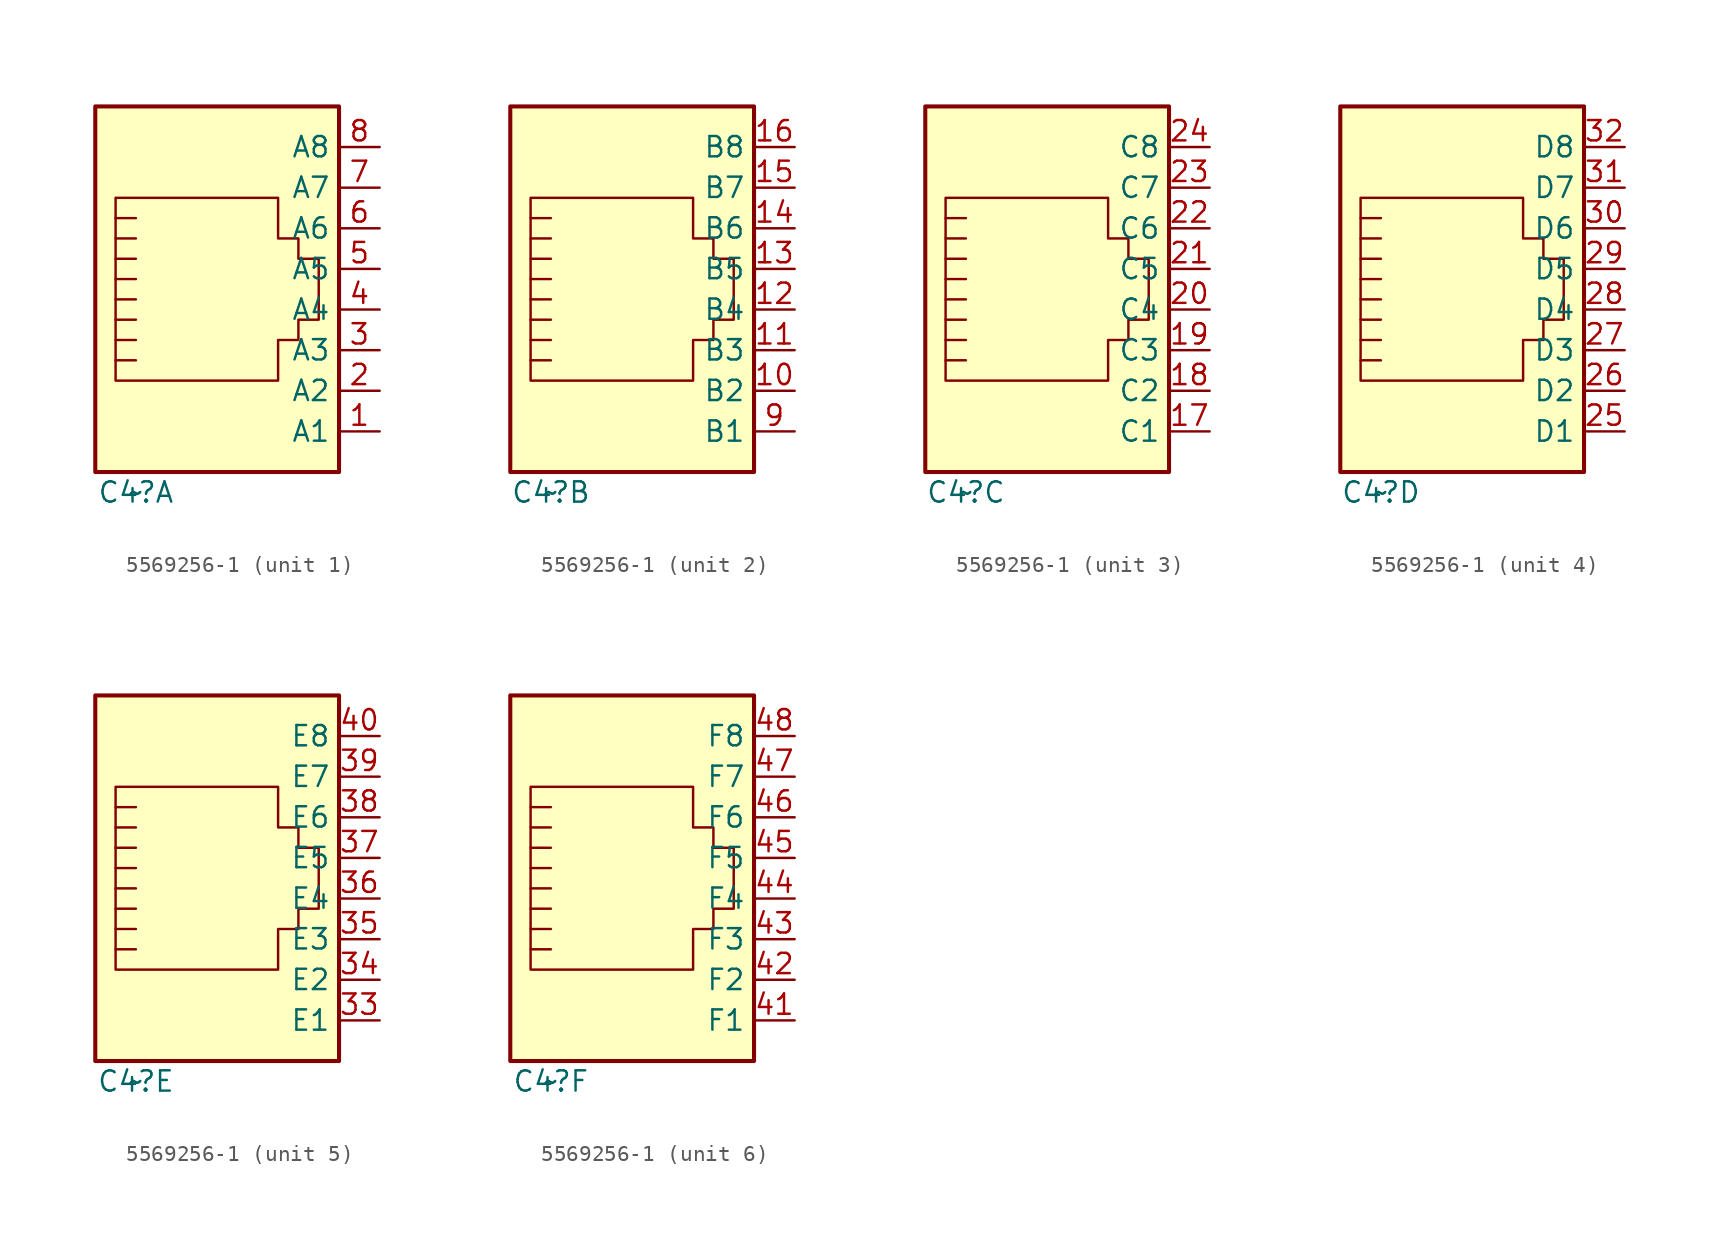
<source format=kicad_sym>
(kicad_symbol_lib
  (version 20241209)
  (generator "kicad_symbol_editor")
  (generator_version "9.0")
  (symbol "5569256-1"
    (property "Reference" "C4"
      (at -25.4 2.54 0)
      (effects (font (size 1.27 1.27))))
    (property "Value" "~"
      (at -25.4 2.54 0)
      (effects (font (size 1.27 1.27))))
    (symbol "5569256-1_0_1"
      (rectangle (start -27.94 26.67) (end -12.7 3.81) (stroke (width 0.254) (type default)) (fill (type background)))
      (polyline (pts (xy -26.67 15.875) (xy -25.4 15.875) (xy -25.4 15.875)) (stroke (width 0) (type default)) (fill (type none)))
      (polyline (pts (xy -26.67 14.605) (xy -25.4 14.605) (xy -25.4 14.605)) (stroke (width 0) (type default)) (fill (type none)))
      (polyline (pts (xy -26.67 13.335) (xy -25.4 13.335) (xy -25.4 13.335)) (stroke (width 0) (type default)) (fill (type none)))
      (polyline (pts (xy -26.67 12.065) (xy -25.4 12.065) (xy -25.4 12.065)) (stroke (width 0) (type default)) (fill (type none)))
      (polyline (pts (xy -26.67 10.795) (xy -25.4 10.795) (xy -25.4 10.795)) (stroke (width 0) (type default)) (fill (type none)))
      (polyline (pts (xy -26.67 9.525) (xy -26.67 20.955) (xy -16.51 20.955) (xy -16.51 18.415) (xy -15.24 18.415) (xy -15.24 17.145) (xy -13.97 17.145) (xy -13.97 13.335) (xy -15.24 13.335) (xy -15.24 12.065) (xy -16.51 12.065) (xy -16.51 9.525) (xy -26.67 9.525) (xy -26.67 9.525)) (stroke (width 0) (type default)) (fill (type none)))
      (polyline (pts (xy -25.4 19.685) (xy -26.67 19.685)) (stroke (width 0) (type default)) (fill (type none)))
      (polyline (pts (xy -25.4 18.415) (xy -26.67 18.415)) (stroke (width 0) (type default)) (fill (type none)))
      (polyline (pts (xy -25.4 17.145) (xy -26.67 17.145) (xy -26.67 17.145)) (stroke (width 0) (type default)) (fill (type none))))
    (symbol "5569256-1_1_1"
      (pin passive line (at -10.16 24.13 180) (length 2.54) (name "A8" (effects (font (size 1.27 1.27)))) (number "8" (effects (font (size 1.27 1.27)))))
      (pin passive line (at -10.16 21.59 180) (length 2.54) (name "A7" (effects (font (size 1.27 1.27)))) (number "7" (effects (font (size 1.27 1.27)))))
      (pin passive line (at -10.16 19.05 180) (length 2.54) (name "A6" (effects (font (size 1.27 1.27)))) (number "6" (effects (font (size 1.27 1.27)))))
      (pin passive line (at -10.16 16.51 180) (length 2.54) (name "A5" (effects (font (size 1.27 1.27)))) (number "5" (effects (font (size 1.27 1.27)))))
      (pin passive line (at -10.16 13.97 180) (length 2.54) (name "A4" (effects (font (size 1.27 1.27)))) (number "4" (effects (font (size 1.27 1.27)))))
      (pin passive line (at -10.16 11.43 180) (length 2.54) (name "A3" (effects (font (size 1.27 1.27)))) (number "3" (effects (font (size 1.27 1.27)))))
      (pin passive line (at -10.16 8.89 180) (length 2.54) (name "A2" (effects (font (size 1.27 1.27)))) (number "2" (effects (font (size 1.27 1.27)))))
      (pin passive line (at -10.16 6.35 180) (length 2.54) (name "A1" (effects (font (size 1.27 1.27)))) (number "1" (effects (font (size 1.27 1.27))))))
    (symbol "5569256-1_2_1"
      (pin passive line (at -10.16 24.13 180) (length 2.54) (name "B8" (effects (font (size 1.27 1.27)))) (number "16" (effects (font (size 1.27 1.27)))))
      (pin passive line (at -10.16 21.59 180) (length 2.54) (name "B7" (effects (font (size 1.27 1.27)))) (number "15" (effects (font (size 1.27 1.27)))))
      (pin passive line (at -10.16 19.05 180) (length 2.54) (name "B6" (effects (font (size 1.27 1.27)))) (number "14" (effects (font (size 1.27 1.27)))))
      (pin passive line (at -10.16 16.51 180) (length 2.54) (name "B5" (effects (font (size 1.27 1.27)))) (number "13" (effects (font (size 1.27 1.27)))))
      (pin passive line (at -10.16 13.97 180) (length 2.54) (name "B4" (effects (font (size 1.27 1.27)))) (number "12" (effects (font (size 1.27 1.27)))))
      (pin passive line (at -10.16 11.43 180) (length 2.54) (name "B3" (effects (font (size 1.27 1.27)))) (number "11" (effects (font (size 1.27 1.27)))))
      (pin passive line (at -10.16 8.89 180) (length 2.54) (name "B2" (effects (font (size 1.27 1.27)))) (number "10" (effects (font (size 1.27 1.27)))))
      (pin passive line (at -10.16 6.35 180) (length 2.54) (name "B1" (effects (font (size 1.27 1.27)))) (number "9" (effects (font (size 1.27 1.27))))))
    (symbol "5569256-1_3_1"
      (pin passive line (at -10.16 24.13 180) (length 2.54) (name "C8" (effects (font (size 1.27 1.27)))) (number "24" (effects (font (size 1.27 1.27)))))
      (pin passive line (at -10.16 21.59 180) (length 2.54) (name "C7" (effects (font (size 1.27 1.27)))) (number "23" (effects (font (size 1.27 1.27)))))
      (pin passive line (at -10.16 19.05 180) (length 2.54) (name "C6" (effects (font (size 1.27 1.27)))) (number "22" (effects (font (size 1.27 1.27)))))
      (pin passive line (at -10.16 16.51 180) (length 2.54) (name "C5" (effects (font (size 1.27 1.27)))) (number "21" (effects (font (size 1.27 1.27)))))
      (pin passive line (at -10.16 13.97 180) (length 2.54) (name "C4" (effects (font (size 1.27 1.27)))) (number "20" (effects (font (size 1.27 1.27)))))
      (pin passive line (at -10.16 11.43 180) (length 2.54) (name "C3" (effects (font (size 1.27 1.27)))) (number "19" (effects (font (size 1.27 1.27)))))
      (pin passive line (at -10.16 8.89 180) (length 2.54) (name "C2" (effects (font (size 1.27 1.27)))) (number "18" (effects (font (size 1.27 1.27)))))
      (pin passive line (at -10.16 6.35 180) (length 2.54) (name "C1" (effects (font (size 1.27 1.27)))) (number "17" (effects (font (size 1.27 1.27))))))
    (symbol "5569256-1_4_1"
      (pin passive line (at -10.16 24.13 180) (length 2.54) (name "D8" (effects (font (size 1.27 1.27)))) (number "32" (effects (font (size 1.27 1.27)))))
      (pin passive line (at -10.16 21.59 180) (length 2.54) (name "D7" (effects (font (size 1.27 1.27)))) (number "31" (effects (font (size 1.27 1.27)))))
      (pin passive line (at -10.16 19.05 180) (length 2.54) (name "D6" (effects (font (size 1.27 1.27)))) (number "30" (effects (font (size 1.27 1.27)))))
      (pin passive line (at -10.16 16.51 180) (length 2.54) (name "D5" (effects (font (size 1.27 1.27)))) (number "29" (effects (font (size 1.27 1.27)))))
      (pin passive line (at -10.16 13.97 180) (length 2.54) (name "D4" (effects (font (size 1.27 1.27)))) (number "28" (effects (font (size 1.27 1.27)))))
      (pin passive line (at -10.16 11.43 180) (length 2.54) (name "D3" (effects (font (size 1.27 1.27)))) (number "27" (effects (font (size 1.27 1.27)))))
      (pin passive line (at -10.16 8.89 180) (length 2.54) (name "D2" (effects (font (size 1.27 1.27)))) (number "26" (effects (font (size 1.27 1.27)))))
      (pin passive line (at -10.16 6.35 180) (length 2.54) (name "D1" (effects (font (size 1.27 1.27)))) (number "25" (effects (font (size 1.27 1.27))))))
    (symbol "5569256-1_5_1"
      (pin passive line (at -10.16 24.13 180) (length 2.54) (name "E8" (effects (font (size 1.27 1.27)))) (number "40" (effects (font (size 1.27 1.27)))))
      (pin passive line (at -10.16 21.59 180) (length 2.54) (name "E7" (effects (font (size 1.27 1.27)))) (number "39" (effects (font (size 1.27 1.27)))))
      (pin passive line (at -10.16 19.05 180) (length 2.54) (name "E6" (effects (font (size 1.27 1.27)))) (number "38" (effects (font (size 1.27 1.27)))))
      (pin passive line (at -10.16 16.51 180) (length 2.54) (name "E5" (effects (font (size 1.27 1.27)))) (number "37" (effects (font (size 1.27 1.27)))))
      (pin passive line (at -10.16 13.97 180) (length 2.54) (name "E4" (effects (font (size 1.27 1.27)))) (number "36" (effects (font (size 1.27 1.27)))))
      (pin passive line (at -10.16 11.43 180) (length 2.54) (name "E3" (effects (font (size 1.27 1.27)))) (number "35" (effects (font (size 1.27 1.27)))))
      (pin passive line (at -10.16 8.89 180) (length 2.54) (name "E2" (effects (font (size 1.27 1.27)))) (number "34" (effects (font (size 1.27 1.27)))))
      (pin passive line (at -10.16 6.35 180) (length 2.54) (name "E1" (effects (font (size 1.27 1.27)))) (number "33" (effects (font (size 1.27 1.27))))))
    (symbol "5569256-1_6_1"
      (pin passive line (at -10.16 24.13 180) (length 2.54) (name "F8" (effects (font (size 1.27 1.27)))) (number "48" (effects (font (size 1.27 1.27)))))
      (pin passive line (at -10.16 21.59 180) (length 2.54) (name "F7" (effects (font (size 1.27 1.27)))) (number "47" (effects (font (size 1.27 1.27)))))
      (pin passive line (at -10.16 19.05 180) (length 2.54) (name "F6" (effects (font (size 1.27 1.27)))) (number "46" (effects (font (size 1.27 1.27)))))
      (pin passive line (at -10.16 16.51 180) (length 2.54) (name "F5" (effects (font (size 1.27 1.27)))) (number "45" (effects (font (size 1.27 1.27)))))
      (pin passive line (at -10.16 13.97 180) (length 2.54) (name "F4" (effects (font (size 1.27 1.27)))) (number "44" (effects (font (size 1.27 1.27)))))
      (pin passive line (at -10.16 11.43 180) (length 2.54) (name "F3" (effects (font (size 1.27 1.27)))) (number "43" (effects (font (size 1.27 1.27)))))
      (pin passive line (at -10.16 8.89 180) (length 2.54) (name "F2" (effects (font (size 1.27 1.27)))) (number "42" (effects (font (size 1.27 1.27)))))
      (pin passive line (at -10.16 6.35 180) (length 2.54) (name "F1" (effects (font (size 1.27 1.27)))) (number "41" (effects (font (size 1.27 1.27))))))))
</source>
